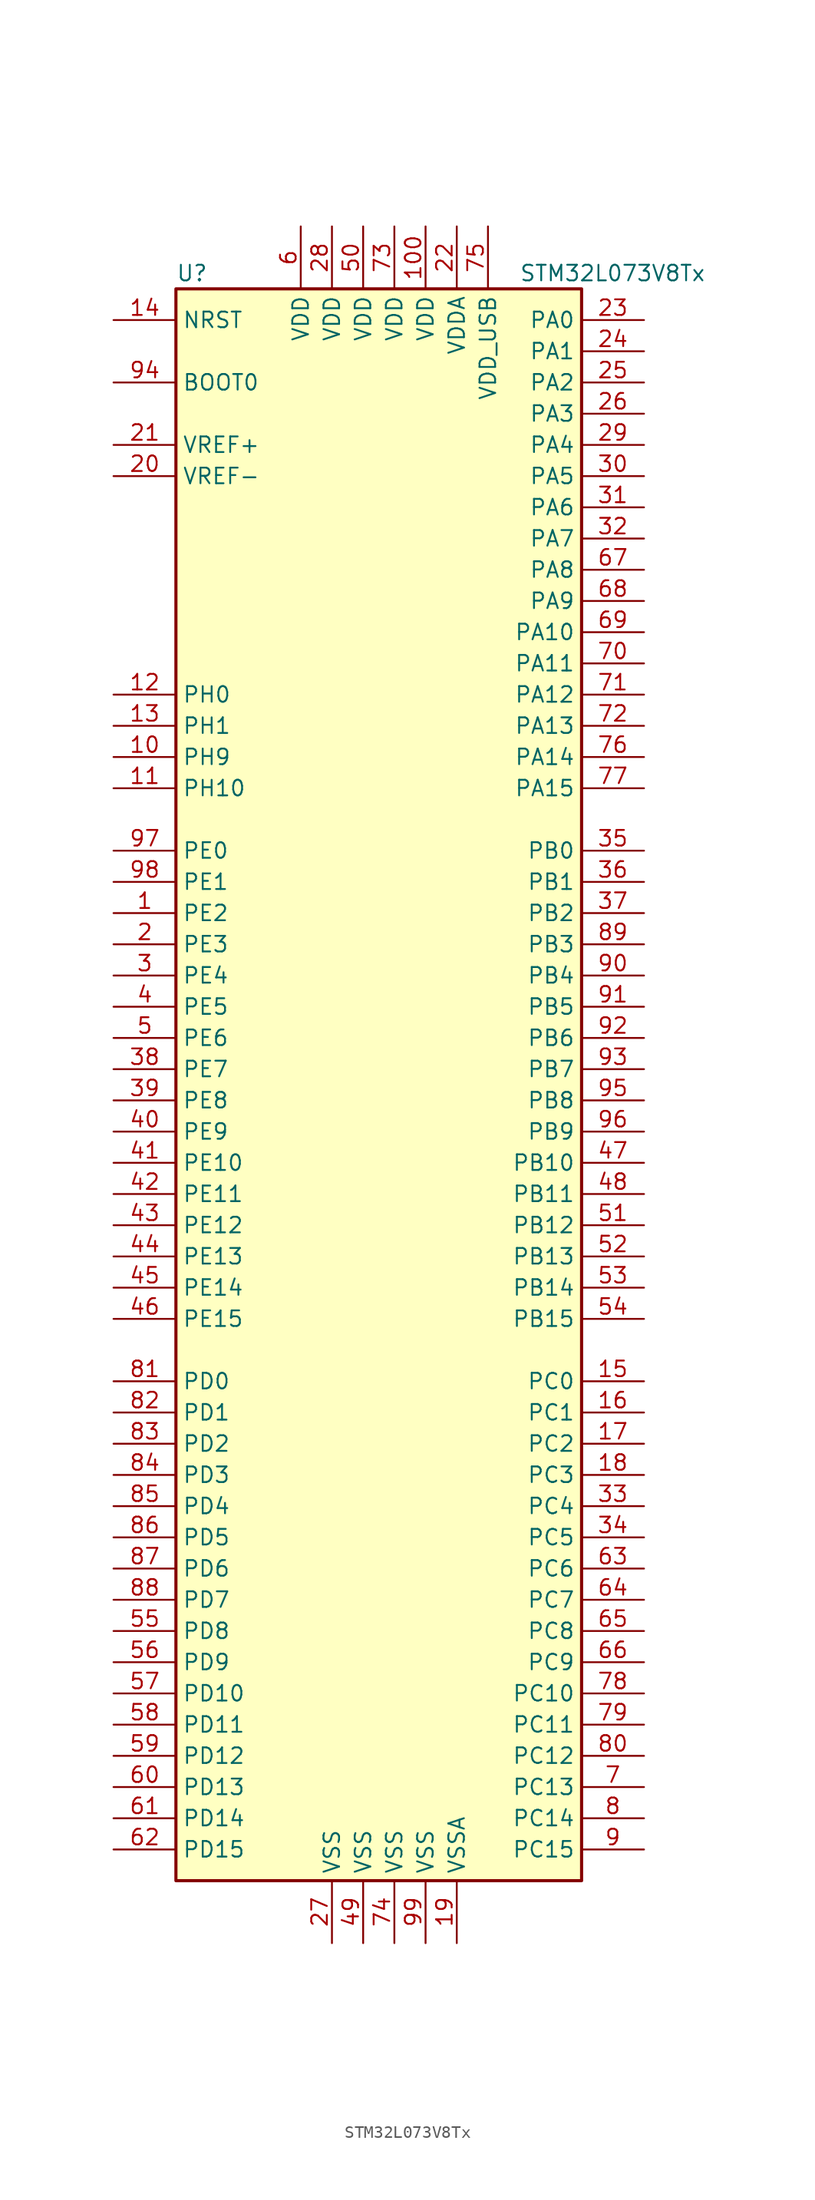
<source format=kicad_sym>
(kicad_symbol_lib
  (version 20201005)
  (generator kicad_symbol_editor)
  (symbol "MCU_ST_STM32L0:STM32L073V8Tx"
    (property "Reference" "U"
      (at -17.78 64.77 0)
      (effects (font (size 1.27 1.27)) (justify left)))
    (property "Value" "STM32L073V8Tx"
      (at 10.16 64.77 0)
      (effects (font (size 1.27 1.27)) (justify left)))
    (symbol "STM32L073V8Tx_0_1"
      (rectangle (start -17.78 -66.04) (end 15.24 63.5) (stroke (width 0.254)) (fill (type background))))
    (symbol "STM32L073V8Tx_1_1"
      (pin input line (at -22.86 55.88 0) (length 5.08) (name "BOOT0" (effects (font (size 1.27 1.27)))) (number "94" (effects (font (size 1.27 1.27)))))
      (pin input line (at -22.86 60.96 0) (length 5.08) (name "NRST" (effects (font (size 1.27 1.27)))) (number "14" (effects (font (size 1.27 1.27)))))
      (pin bidirectional line (at 20.32 60.96 180) (length 5.08) (name "PA0" (effects (font (size 1.27 1.27)))) (number "23" (effects (font (size 1.27 1.27)))))
      (pin bidirectional line (at 20.32 58.42 180) (length 5.08) (name "PA1" (effects (font (size 1.27 1.27)))) (number "24" (effects (font (size 1.27 1.27)))))
      (pin bidirectional line (at 20.32 35.56 180) (length 5.08) (name "PA10" (effects (font (size 1.27 1.27)))) (number "69" (effects (font (size 1.27 1.27)))))
      (pin bidirectional line (at 20.32 33.02 180) (length 5.08) (name "PA11" (effects (font (size 1.27 1.27)))) (number "70" (effects (font (size 1.27 1.27)))))
      (pin bidirectional line (at 20.32 30.48 180) (length 5.08) (name "PA12" (effects (font (size 1.27 1.27)))) (number "71" (effects (font (size 1.27 1.27)))))
      (pin bidirectional line (at 20.32 27.94 180) (length 5.08) (name "PA13" (effects (font (size 1.27 1.27)))) (number "72" (effects (font (size 1.27 1.27)))))
      (pin bidirectional line (at 20.32 25.4 180) (length 5.08) (name "PA14" (effects (font (size 1.27 1.27)))) (number "76" (effects (font (size 1.27 1.27)))))
      (pin bidirectional line (at 20.32 22.86 180) (length 5.08) (name "PA15" (effects (font (size 1.27 1.27)))) (number "77" (effects (font (size 1.27 1.27)))))
      (pin bidirectional line (at 20.32 55.88 180) (length 5.08) (name "PA2" (effects (font (size 1.27 1.27)))) (number "25" (effects (font (size 1.27 1.27)))))
      (pin bidirectional line (at 20.32 53.34 180) (length 5.08) (name "PA3" (effects (font (size 1.27 1.27)))) (number "26" (effects (font (size 1.27 1.27)))))
      (pin bidirectional line (at 20.32 50.8 180) (length 5.08) (name "PA4" (effects (font (size 1.27 1.27)))) (number "29" (effects (font (size 1.27 1.27)))))
      (pin bidirectional line (at 20.32 48.26 180) (length 5.08) (name "PA5" (effects (font (size 1.27 1.27)))) (number "30" (effects (font (size 1.27 1.27)))))
      (pin bidirectional line (at 20.32 45.72 180) (length 5.08) (name "PA6" (effects (font (size 1.27 1.27)))) (number "31" (effects (font (size 1.27 1.27)))))
      (pin bidirectional line (at 20.32 43.18 180) (length 5.08) (name "PA7" (effects (font (size 1.27 1.27)))) (number "32" (effects (font (size 1.27 1.27)))))
      (pin bidirectional line (at 20.32 40.64 180) (length 5.08) (name "PA8" (effects (font (size 1.27 1.27)))) (number "67" (effects (font (size 1.27 1.27)))))
      (pin bidirectional line (at 20.32 38.1 180) (length 5.08) (name "PA9" (effects (font (size 1.27 1.27)))) (number "68" (effects (font (size 1.27 1.27)))))
      (pin bidirectional line (at 20.32 17.78 180) (length 5.08) (name "PB0" (effects (font (size 1.27 1.27)))) (number "35" (effects (font (size 1.27 1.27)))))
      (pin bidirectional line (at 20.32 15.24 180) (length 5.08) (name "PB1" (effects (font (size 1.27 1.27)))) (number "36" (effects (font (size 1.27 1.27)))))
      (pin bidirectional line (at 20.32 -7.62 180) (length 5.08) (name "PB10" (effects (font (size 1.27 1.27)))) (number "47" (effects (font (size 1.27 1.27)))))
      (pin bidirectional line (at 20.32 -10.16 180) (length 5.08) (name "PB11" (effects (font (size 1.27 1.27)))) (number "48" (effects (font (size 1.27 1.27)))))
      (pin bidirectional line (at 20.32 -12.7 180) (length 5.08) (name "PB12" (effects (font (size 1.27 1.27)))) (number "51" (effects (font (size 1.27 1.27)))))
      (pin bidirectional line (at 20.32 -15.24 180) (length 5.08) (name "PB13" (effects (font (size 1.27 1.27)))) (number "52" (effects (font (size 1.27 1.27)))))
      (pin bidirectional line (at 20.32 -17.78 180) (length 5.08) (name "PB14" (effects (font (size 1.27 1.27)))) (number "53" (effects (font (size 1.27 1.27)))))
      (pin bidirectional line (at 20.32 -20.32 180) (length 5.08) (name "PB15" (effects (font (size 1.27 1.27)))) (number "54" (effects (font (size 1.27 1.27)))))
      (pin bidirectional line (at 20.32 12.7 180) (length 5.08) (name "PB2" (effects (font (size 1.27 1.27)))) (number "37" (effects (font (size 1.27 1.27)))))
      (pin bidirectional line (at 20.32 10.16 180) (length 5.08) (name "PB3" (effects (font (size 1.27 1.27)))) (number "89" (effects (font (size 1.27 1.27)))))
      (pin bidirectional line (at 20.32 7.62 180) (length 5.08) (name "PB4" (effects (font (size 1.27 1.27)))) (number "90" (effects (font (size 1.27 1.27)))))
      (pin bidirectional line (at 20.32 5.08 180) (length 5.08) (name "PB5" (effects (font (size 1.27 1.27)))) (number "91" (effects (font (size 1.27 1.27)))))
      (pin bidirectional line (at 20.32 2.54 180) (length 5.08) (name "PB6" (effects (font (size 1.27 1.27)))) (number "92" (effects (font (size 1.27 1.27)))))
      (pin bidirectional line (at 20.32 0 180) (length 5.08) (name "PB7" (effects (font (size 1.27 1.27)))) (number "93" (effects (font (size 1.27 1.27)))))
      (pin bidirectional line (at 20.32 -2.54 180) (length 5.08) (name "PB8" (effects (font (size 1.27 1.27)))) (number "95" (effects (font (size 1.27 1.27)))))
      (pin bidirectional line (at 20.32 -5.08 180) (length 5.08) (name "PB9" (effects (font (size 1.27 1.27)))) (number "96" (effects (font (size 1.27 1.27)))))
      (pin bidirectional line (at 20.32 -25.4 180) (length 5.08) (name "PC0" (effects (font (size 1.27 1.27)))) (number "15" (effects (font (size 1.27 1.27)))))
      (pin bidirectional line (at 20.32 -27.94 180) (length 5.08) (name "PC1" (effects (font (size 1.27 1.27)))) (number "16" (effects (font (size 1.27 1.27)))))
      (pin bidirectional line (at 20.32 -50.8 180) (length 5.08) (name "PC10" (effects (font (size 1.27 1.27)))) (number "78" (effects (font (size 1.27 1.27)))))
      (pin bidirectional line (at 20.32 -53.34 180) (length 5.08) (name "PC11" (effects (font (size 1.27 1.27)))) (number "79" (effects (font (size 1.27 1.27)))))
      (pin bidirectional line (at 20.32 -55.88 180) (length 5.08) (name "PC12" (effects (font (size 1.27 1.27)))) (number "80" (effects (font (size 1.27 1.27)))))
      (pin bidirectional line (at 20.32 -58.42 180) (length 5.08) (name "PC13" (effects (font (size 1.27 1.27)))) (number "7" (effects (font (size 1.27 1.27)))))
      (pin bidirectional line (at 20.32 -60.96 180) (length 5.08) (name "PC14" (effects (font (size 1.27 1.27)))) (number "8" (effects (font (size 1.27 1.27)))))
      (pin bidirectional line (at 20.32 -63.5 180) (length 5.08) (name "PC15" (effects (font (size 1.27 1.27)))) (number "9" (effects (font (size 1.27 1.27)))))
      (pin bidirectional line (at 20.32 -30.48 180) (length 5.08) (name "PC2" (effects (font (size 1.27 1.27)))) (number "17" (effects (font (size 1.27 1.27)))))
      (pin bidirectional line (at 20.32 -33.02 180) (length 5.08) (name "PC3" (effects (font (size 1.27 1.27)))) (number "18" (effects (font (size 1.27 1.27)))))
      (pin bidirectional line (at 20.32 -35.56 180) (length 5.08) (name "PC4" (effects (font (size 1.27 1.27)))) (number "33" (effects (font (size 1.27 1.27)))))
      (pin bidirectional line (at 20.32 -38.1 180) (length 5.08) (name "PC5" (effects (font (size 1.27 1.27)))) (number "34" (effects (font (size 1.27 1.27)))))
      (pin bidirectional line (at 20.32 -40.64 180) (length 5.08) (name "PC6" (effects (font (size 1.27 1.27)))) (number "63" (effects (font (size 1.27 1.27)))))
      (pin bidirectional line (at 20.32 -43.18 180) (length 5.08) (name "PC7" (effects (font (size 1.27 1.27)))) (number "64" (effects (font (size 1.27 1.27)))))
      (pin bidirectional line (at 20.32 -45.72 180) (length 5.08) (name "PC8" (effects (font (size 1.27 1.27)))) (number "65" (effects (font (size 1.27 1.27)))))
      (pin bidirectional line (at 20.32 -48.26 180) (length 5.08) (name "PC9" (effects (font (size 1.27 1.27)))) (number "66" (effects (font (size 1.27 1.27)))))
      (pin bidirectional line (at -22.86 -25.4 0) (length 5.08) (name "PD0" (effects (font (size 1.27 1.27)))) (number "81" (effects (font (size 1.27 1.27)))))
      (pin bidirectional line (at -22.86 -27.94 0) (length 5.08) (name "PD1" (effects (font (size 1.27 1.27)))) (number "82" (effects (font (size 1.27 1.27)))))
      (pin bidirectional line (at -22.86 -50.8 0) (length 5.08) (name "PD10" (effects (font (size 1.27 1.27)))) (number "57" (effects (font (size 1.27 1.27)))))
      (pin bidirectional line (at -22.86 -53.34 0) (length 5.08) (name "PD11" (effects (font (size 1.27 1.27)))) (number "58" (effects (font (size 1.27 1.27)))))
      (pin bidirectional line (at -22.86 -55.88 0) (length 5.08) (name "PD12" (effects (font (size 1.27 1.27)))) (number "59" (effects (font (size 1.27 1.27)))))
      (pin bidirectional line (at -22.86 -58.42 0) (length 5.08) (name "PD13" (effects (font (size 1.27 1.27)))) (number "60" (effects (font (size 1.27 1.27)))))
      (pin bidirectional line (at -22.86 -60.96 0) (length 5.08) (name "PD14" (effects (font (size 1.27 1.27)))) (number "61" (effects (font (size 1.27 1.27)))))
      (pin bidirectional line (at -22.86 -63.5 0) (length 5.08) (name "PD15" (effects (font (size 1.27 1.27)))) (number "62" (effects (font (size 1.27 1.27)))))
      (pin bidirectional line (at -22.86 -30.48 0) (length 5.08) (name "PD2" (effects (font (size 1.27 1.27)))) (number "83" (effects (font (size 1.27 1.27)))))
      (pin bidirectional line (at -22.86 -33.02 0) (length 5.08) (name "PD3" (effects (font (size 1.27 1.27)))) (number "84" (effects (font (size 1.27 1.27)))))
      (pin bidirectional line (at -22.86 -35.56 0) (length 5.08) (name "PD4" (effects (font (size 1.27 1.27)))) (number "85" (effects (font (size 1.27 1.27)))))
      (pin bidirectional line (at -22.86 -38.1 0) (length 5.08) (name "PD5" (effects (font (size 1.27 1.27)))) (number "86" (effects (font (size 1.27 1.27)))))
      (pin bidirectional line (at -22.86 -40.64 0) (length 5.08) (name "PD6" (effects (font (size 1.27 1.27)))) (number "87" (effects (font (size 1.27 1.27)))))
      (pin bidirectional line (at -22.86 -43.18 0) (length 5.08) (name "PD7" (effects (font (size 1.27 1.27)))) (number "88" (effects (font (size 1.27 1.27)))))
      (pin bidirectional line (at -22.86 -45.72 0) (length 5.08) (name "PD8" (effects (font (size 1.27 1.27)))) (number "55" (effects (font (size 1.27 1.27)))))
      (pin bidirectional line (at -22.86 -48.26 0) (length 5.08) (name "PD9" (effects (font (size 1.27 1.27)))) (number "56" (effects (font (size 1.27 1.27)))))
      (pin bidirectional line (at -22.86 17.78 0) (length 5.08) (name "PE0" (effects (font (size 1.27 1.27)))) (number "97" (effects (font (size 1.27 1.27)))))
      (pin bidirectional line (at -22.86 15.24 0) (length 5.08) (name "PE1" (effects (font (size 1.27 1.27)))) (number "98" (effects (font (size 1.27 1.27)))))
      (pin bidirectional line (at -22.86 -7.62 0) (length 5.08) (name "PE10" (effects (font (size 1.27 1.27)))) (number "41" (effects (font (size 1.27 1.27)))))
      (pin bidirectional line (at -22.86 -10.16 0) (length 5.08) (name "PE11" (effects (font (size 1.27 1.27)))) (number "42" (effects (font (size 1.27 1.27)))))
      (pin bidirectional line (at -22.86 -12.7 0) (length 5.08) (name "PE12" (effects (font (size 1.27 1.27)))) (number "43" (effects (font (size 1.27 1.27)))))
      (pin bidirectional line (at -22.86 -15.24 0) (length 5.08) (name "PE13" (effects (font (size 1.27 1.27)))) (number "44" (effects (font (size 1.27 1.27)))))
      (pin bidirectional line (at -22.86 -17.78 0) (length 5.08) (name "PE14" (effects (font (size 1.27 1.27)))) (number "45" (effects (font (size 1.27 1.27)))))
      (pin bidirectional line (at -22.86 -20.32 0) (length 5.08) (name "PE15" (effects (font (size 1.27 1.27)))) (number "46" (effects (font (size 1.27 1.27)))))
      (pin bidirectional line (at -22.86 12.7 0) (length 5.08) (name "PE2" (effects (font (size 1.27 1.27)))) (number "1" (effects (font (size 1.27 1.27)))))
      (pin bidirectional line (at -22.86 10.16 0) (length 5.08) (name "PE3" (effects (font (size 1.27 1.27)))) (number "2" (effects (font (size 1.27 1.27)))))
      (pin bidirectional line (at -22.86 7.62 0) (length 5.08) (name "PE4" (effects (font (size 1.27 1.27)))) (number "3" (effects (font (size 1.27 1.27)))))
      (pin bidirectional line (at -22.86 5.08 0) (length 5.08) (name "PE5" (effects (font (size 1.27 1.27)))) (number "4" (effects (font (size 1.27 1.27)))))
      (pin bidirectional line (at -22.86 2.54 0) (length 5.08) (name "PE6" (effects (font (size 1.27 1.27)))) (number "5" (effects (font (size 1.27 1.27)))))
      (pin bidirectional line (at -22.86 0 0) (length 5.08) (name "PE7" (effects (font (size 1.27 1.27)))) (number "38" (effects (font (size 1.27 1.27)))))
      (pin bidirectional line (at -22.86 -2.54 0) (length 5.08) (name "PE8" (effects (font (size 1.27 1.27)))) (number "39" (effects (font (size 1.27 1.27)))))
      (pin bidirectional line (at -22.86 -5.08 0) (length 5.08) (name "PE9" (effects (font (size 1.27 1.27)))) (number "40" (effects (font (size 1.27 1.27)))))
      (pin input line (at -22.86 30.48 0) (length 5.08) (name "PH0" (effects (font (size 1.27 1.27)))) (number "12" (effects (font (size 1.27 1.27)))))
      (pin input line (at -22.86 27.94 0) (length 5.08) (name "PH1" (effects (font (size 1.27 1.27)))) (number "13" (effects (font (size 1.27 1.27)))))
      (pin bidirectional line (at -22.86 22.86 0) (length 5.08) (name "PH10" (effects (font (size 1.27 1.27)))) (number "11" (effects (font (size 1.27 1.27)))))
      (pin bidirectional line (at -22.86 25.4 0) (length 5.08) (name "PH9" (effects (font (size 1.27 1.27)))) (number "10" (effects (font (size 1.27 1.27)))))
      (pin power_in line (at 2.54 68.58 270) (length 5.08) (name "VDD" (effects (font (size 1.27 1.27)))) (number "100" (effects (font (size 1.27 1.27)))))
      (pin power_in line (at -5.08 68.58 270) (length 5.08) (name "VDD" (effects (font (size 1.27 1.27)))) (number "28" (effects (font (size 1.27 1.27)))))
      (pin power_in line (at -2.54 68.58 270) (length 5.08) (name "VDD" (effects (font (size 1.27 1.27)))) (number "50" (effects (font (size 1.27 1.27)))))
      (pin power_in line (at -7.62 68.58 270) (length 5.08) (name "VDD" (effects (font (size 1.27 1.27)))) (number "6" (effects (font (size 1.27 1.27)))))
      (pin power_in line (at 0 68.58 270) (length 5.08) (name "VDD" (effects (font (size 1.27 1.27)))) (number "73" (effects (font (size 1.27 1.27)))))
      (pin power_in line (at 5.08 68.58 270) (length 5.08) (name "VDDA" (effects (font (size 1.27 1.27)))) (number "22" (effects (font (size 1.27 1.27)))))
      (pin power_in line (at 7.62 68.58 270) (length 5.08) (name "VDD_USB" (effects (font (size 1.27 1.27)))) (number "75" (effects (font (size 1.27 1.27)))))
      (pin power_in line (at -22.86 50.8 0) (length 5.08) (name "VREF+" (effects (font (size 1.27 1.27)))) (number "21" (effects (font (size 1.27 1.27)))))
      (pin power_in line (at -22.86 48.26 0) (length 5.08) (name "VREF-" (effects (font (size 1.27 1.27)))) (number "20" (effects (font (size 1.27 1.27)))))
      (pin power_in line (at -5.08 -71.12 90) (length 5.08) (name "VSS" (effects (font (size 1.27 1.27)))) (number "27" (effects (font (size 1.27 1.27)))))
      (pin power_in line (at -2.54 -71.12 90) (length 5.08) (name "VSS" (effects (font (size 1.27 1.27)))) (number "49" (effects (font (size 1.27 1.27)))))
      (pin power_in line (at 0 -71.12 90) (length 5.08) (name "VSS" (effects (font (size 1.27 1.27)))) (number "74" (effects (font (size 1.27 1.27)))))
      (pin power_in line (at 2.54 -71.12 90) (length 5.08) (name "VSS" (effects (font (size 1.27 1.27)))) (number "99" (effects (font (size 1.27 1.27)))))
      (pin power_in line (at 5.08 -71.12 90) (length 5.08) (name "VSSA" (effects (font (size 1.27 1.27)))) (number "19" (effects (font (size 1.27 1.27))))))))
</source>
